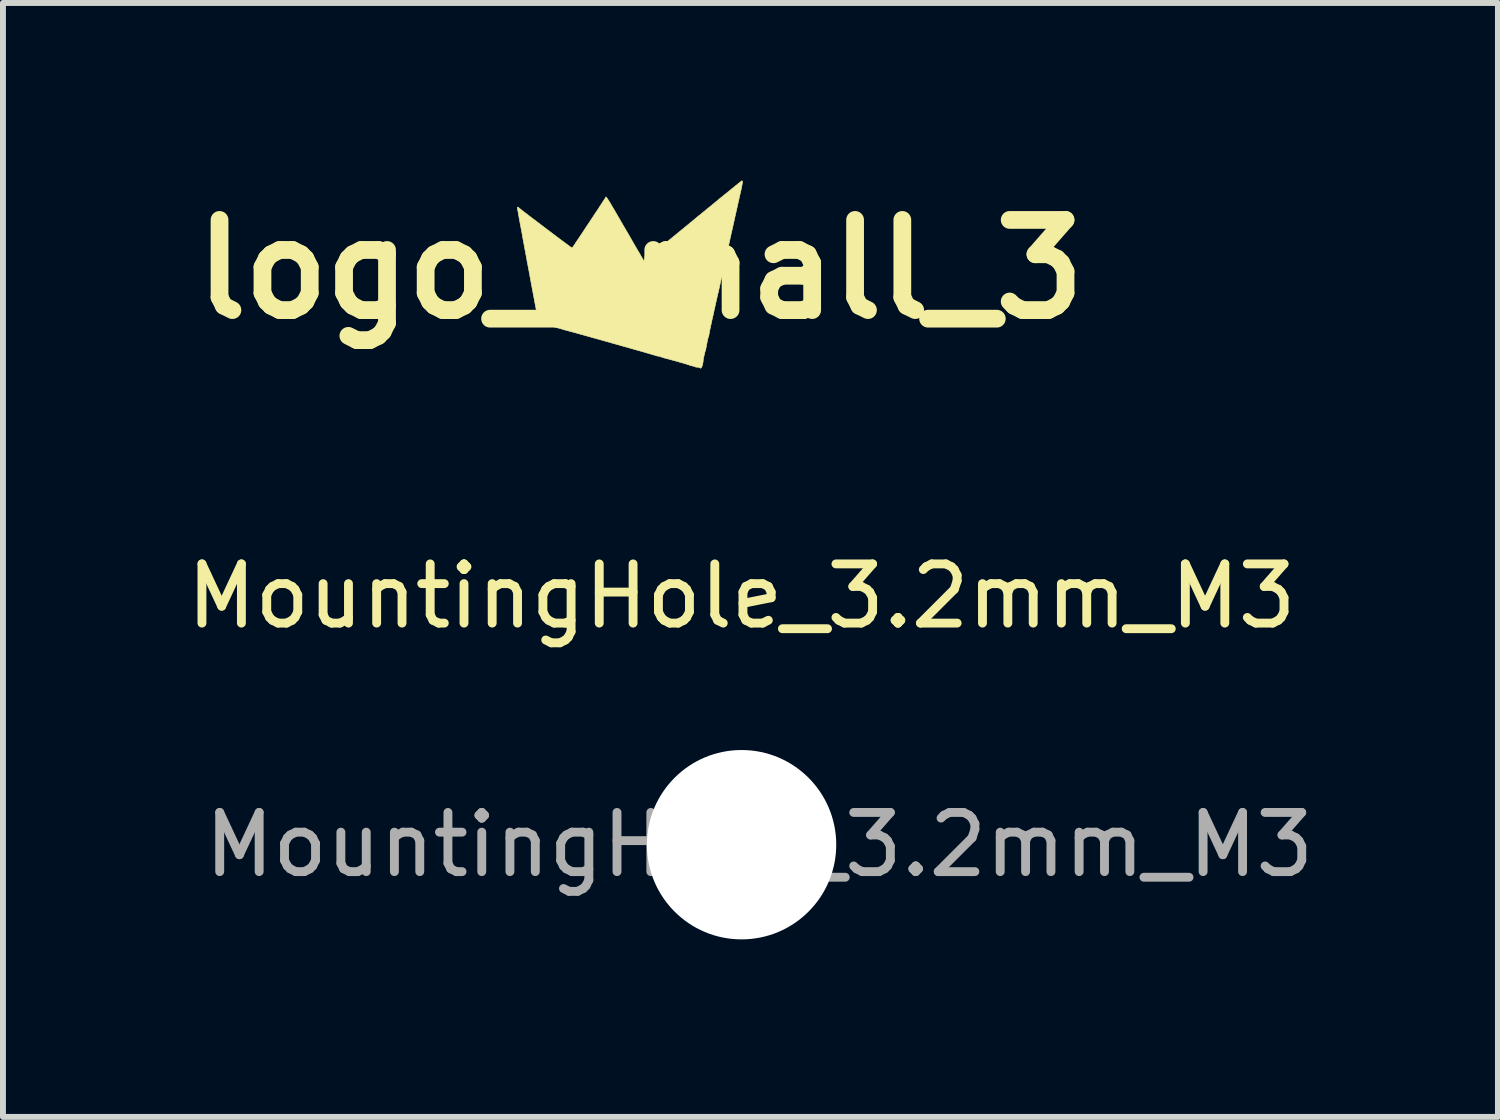
<source format=kicad_pcb>
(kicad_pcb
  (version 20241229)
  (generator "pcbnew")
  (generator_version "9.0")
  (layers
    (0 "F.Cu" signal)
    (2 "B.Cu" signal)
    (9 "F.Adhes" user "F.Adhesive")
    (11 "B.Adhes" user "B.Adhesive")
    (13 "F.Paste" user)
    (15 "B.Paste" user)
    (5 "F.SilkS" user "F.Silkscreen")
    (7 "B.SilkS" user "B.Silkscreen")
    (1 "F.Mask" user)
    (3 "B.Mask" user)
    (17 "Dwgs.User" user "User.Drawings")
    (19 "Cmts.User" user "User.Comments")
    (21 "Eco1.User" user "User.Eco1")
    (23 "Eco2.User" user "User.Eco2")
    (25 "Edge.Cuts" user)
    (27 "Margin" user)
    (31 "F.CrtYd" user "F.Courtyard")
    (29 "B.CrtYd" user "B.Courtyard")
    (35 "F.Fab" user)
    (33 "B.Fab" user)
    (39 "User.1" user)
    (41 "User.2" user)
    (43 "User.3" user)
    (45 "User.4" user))
  (footprint "logo_small_3"
    (layer "F.Cu")
    (at 7.772 1.501)
    (property "Reference" "logo_small_3" (at 0 0 0) (layer "F.SilkS") (effects (font (size 1.524 1.524) (thickness 0.3))))
    (attr through_hole)
    (fp_poly (pts (xy 1.723 -1.492) (xy 1.726 -1.481) (xy 1.725 -1.47) (xy 1.722 -1.451) (xy 1.718 -1.427) (xy 1.713 -1.399) (xy 1.707 -1.369) (xy 1.701 -1.34) (xy 1.695 -1.314) (xy 1.694 -1.311) (xy 1.692 -1.301) (xy 1.687 -1.282) (xy 1.681 -1.254) (xy 1.673 -1.219) (xy 1.664 -1.177) (xy 1.653 -1.129) (xy 1.641 -1.075) (xy 1.628 -1.017) (xy 1.614 -0.954) (xy 1.599 -0.888) (xy 1.584 -0.819) (xy 1.568 -0.748) (xy 1.552 -0.676) (xy 1.535 -0.603) (xy 1.519 -0.53) (xy 1.503 -0.458) (xy 1.488 -0.387) (xy 1.472 -0.318) (xy 1.458 -0.253) (xy 1.444 -0.191) (xy 1.431 -0.133) (xy 1.42 -0.08) (xy 1.409 -0.033) (xy 1.4 0.008) (xy 1.393 0.042) (xy 1.387 0.068) (xy 1.383 0.085) (xy 1.382 0.094) (xy 1.382 0.094) (xy 1.378 0.114) (xy 1.373 0.137) (xy 1.37 0.15) (xy 1.365 0.171) (xy 1.358 0.199) (xy 1.351 0.23) (xy 1.344 0.263) (xy 1.337 0.295) (xy 1.331 0.322) (xy 1.326 0.344) (xy 1.325 0.351) (xy 1.321 0.369) (xy 1.317 0.385) (xy 1.315 0.391) (xy 1.313 0.399) (xy 1.309 0.415) (xy 1.304 0.439) (xy 1.297 0.47) (xy 1.288 0.507) (xy 1.279 0.549) (xy 1.269 0.594) (xy 1.258 0.643) (xy 1.257 0.648) (xy 1.246 0.697) (xy 1.236 0.745) (xy 1.226 0.789) (xy 1.217 0.829) (xy 1.209 0.863) (xy 1.203 0.891) (xy 1.199 0.911) (xy 1.196 0.923) (xy 1.196 0.923) (xy 1.191 0.946) (xy 1.185 0.972) (xy 1.179 1.002) (xy 1.173 1.031) (xy 1.167 1.059) (xy 1.163 1.083) (xy 1.16 1.102) (xy 1.158 1.113) (xy 1.158 1.114) (xy 1.156 1.125) (xy 1.154 1.131) (xy 1.15 1.139) (xy 1.145 1.156) (xy 1.139 1.181) (xy 1.131 1.214) (xy 1.124 1.253) (xy 1.115 1.297) (xy 1.107 1.343) (xy 1.104 1.36) (xy 1.1 1.375) (xy 1.097 1.381) (xy 1.093 1.391) (xy 1.089 1.406) (xy 1.088 1.412) (xy 1.084 1.428) (xy 1.079 1.45) (xy 1.074 1.473) (xy 1.072 1.478) (xy 1.068 1.5) (xy 1.064 1.52) (xy 1.062 1.535) (xy 1.062 1.538) (xy 1.061 1.553) (xy 1.058 1.573) (xy 1.054 1.595) (xy 1.049 1.616) (xy 1.044 1.634) (xy 1.04 1.645) (xy 1.039 1.646) (xy 1.032 1.657) (xy 1.03 1.662) (xy 1.023 1.67) (xy 1.012 1.67) (xy 1.008 1.667) (xy 0.998 1.662) (xy 0.984 1.657) (xy 0.968 1.654) (xy 0.956 1.653) (xy 0.953 1.654) (xy 0.943 1.654) (xy 0.93 1.65) (xy 0.926 1.648) (xy 0.91 1.642) (xy 0.89 1.636) (xy 0.876 1.633) (xy 0.853 1.627) (xy 0.829 1.62) (xy 0.818 1.615) (xy 0.806 1.611) (xy 0.786 1.605) (xy 0.76 1.597) (xy 0.727 1.587) (xy 0.691 1.577) (xy 0.652 1.566) (xy 0.612 1.554) (xy 0.572 1.543) (xy 0.534 1.533) (xy 0.499 1.523) (xy 0.469 1.515) (xy 0.447 1.51) (xy 0.42 1.503) (xy 0.39 1.494) (xy 0.363 1.485) (xy 0.361 1.484) (xy 0.337 1.477) (xy 0.313 1.47) (xy 0.293 1.466) (xy 0.29 1.466) (xy 0.272 1.462) (xy 0.257 1.458) (xy 0.252 1.455) (xy 0.246 1.453) (xy 0.231 1.449) (xy 0.207 1.442) (xy 0.176 1.433) (xy 0.138 1.422) (xy 0.093 1.409) (xy 0.042 1.394) (xy -0.014 1.378) (xy -0.075 1.361) (xy -0.139 1.343) (xy -0.207 1.323) (xy -0.277 1.304) (xy -0.349 1.283) (xy -0.422 1.263) (xy -0.496 1.242) (xy -0.57 1.221) (xy -0.643 1.2) (xy -0.715 1.18) (xy -0.785 1.161) (xy -0.852 1.142) (xy -0.916 1.124) (xy -0.976 1.107) (xy -1.031 1.092) (xy -1.081 1.078) (xy -1.124 1.066) (xy -1.162 1.056) (xy -1.192 1.048) (xy -1.214 1.042) (xy -1.227 1.038) (xy -1.229 1.038) (xy -1.249 1.033) (xy -1.267 1.028) (xy -1.278 1.025) (xy -1.288 1.022) (xy -1.307 1.016) (xy -1.334 1.008) (xy -1.369 0.998) (xy -1.411 0.986) (xy -1.459 0.972) (xy -1.512 0.957) (xy -1.57 0.94) (xy -1.623 0.925) (xy -1.657 0.916) (xy -1.682 0.908) (xy -1.7 0.902) (xy -1.712 0.898) (xy -1.719 0.894) (xy -1.723 0.89) (xy -1.724 0.886) (xy -1.724 0.884) (xy -1.724 0.872) (xy -1.727 0.855) (xy -1.73 0.838) (xy -1.733 0.822) (xy -1.738 0.797) (xy -1.745 0.764) (xy -1.752 0.724) (xy -1.761 0.677) (xy -1.772 0.623) (xy -1.783 0.564) (xy -1.795 0.499) (xy -1.808 0.43) (xy -1.822 0.357) (xy -1.836 0.281) (xy -1.851 0.201) (xy -1.866 0.12) (xy -1.881 0.037) (xy -1.897 -0.047) (xy -1.913 -0.131) (xy -1.928 -0.215) (xy -1.944 -0.298) (xy -1.959 -0.38) (xy -1.974 -0.46) (xy -1.988 -0.537) (xy -2.001 -0.611) (xy -2.014 -0.681) (xy -2.027 -0.747) (xy -2.038 -0.808) (xy -2.048 -0.863) (xy -2.057 -0.913) (xy -2.064 -0.955) (xy -2.071 -0.99) (xy -2.076 -1.017) (xy -2.079 -1.036) (xy -2.08 -1.045) (xy -2.08 -1.046) (xy -2.073 -1.051) (xy -2.063 -1.048) (xy -2.057 -1.042) (xy -2.051 -1.037) (xy -2.039 -1.027) (xy -2.019 -1.011) (xy -1.994 -0.991) (xy -1.963 -0.967) (xy -1.927 -0.94) (xy -1.887 -0.909) (xy -1.843 -0.875) (xy -1.796 -0.84) (xy -1.747 -0.803) (xy -1.696 -0.764) (xy -1.644 -0.725) (xy -1.592 -0.685) (xy -1.54 -0.646) (xy -1.488 -0.607) (xy -1.438 -0.569) (xy -1.39 -0.533) (xy -1.345 -0.499) (xy -1.303 -0.468) (xy -1.265 -0.44) (xy -1.231 -0.415) (xy -1.203 -0.394) (xy -1.18 -0.377) (xy -1.164 -0.366) (xy -1.155 -0.36) (xy -1.153 -0.359) (xy -1.149 -0.365) (xy -1.148 -0.366) (xy -1.116 -0.366) (xy -1.116 -0.366) (xy -1.111 -0.369) (xy -1.11 -0.371) (xy -1.109 -0.376) (xy -1.109 -0.376) (xy -1.114 -0.372) (xy -1.115 -0.371) (xy -1.116 -0.366) (xy -1.148 -0.366) (xy -1.14 -0.378) (xy -1.126 -0.399) (xy -1.107 -0.426) (xy -1.086 -0.458) (xy -1.055 -0.458) (xy -1.055 -0.457) (xy -1.05 -0.461) (xy -1.049 -0.462) (xy -1.048 -0.467) (xy -1.048 -0.467) (xy -1.053 -0.464) (xy -1.054 -0.462) (xy -1.055 -0.458) (xy -1.086 -0.458) (xy -1.086 -0.458) (xy -1.066 -0.488) (xy -1.035 -0.488) (xy -1.034 -0.488) (xy -1.03 -0.491) (xy -1.029 -0.493) (xy -1.027 -0.498) (xy -1.028 -0.498) (xy -1.033 -0.494) (xy -1.034 -0.493) (xy -1.035 -0.488) (xy -1.066 -0.488) (xy -1.061 -0.496) (xy -1.054 -0.505) (xy -1.026 -0.505) (xy -1.024 -0.503) (xy -1.021 -0.505) (xy -1.024 -0.508) (xy -1.026 -0.505) (xy -1.054 -0.505) (xy -1.033 -0.537) (xy -1.024 -0.551) (xy -0.996 -0.551) (xy -0.993 -0.549) (xy -0.991 -0.551) (xy -0.993 -0.554) (xy -0.996 -0.551) (xy -1.024 -0.551) (xy -1.003 -0.582) (xy -0.971 -0.63) (xy -0.938 -0.68) (xy -0.904 -0.732) (xy -0.869 -0.784) (xy -0.835 -0.836) (xy -0.801 -0.887) (xy -0.768 -0.937) (xy -0.736 -0.985) (xy -0.706 -1.031) (xy -0.679 -1.073) (xy -0.654 -1.11) (xy -0.633 -1.143) (xy -0.615 -1.17) (xy -0.601 -1.191) (xy -0.592 -1.205) (xy -0.589 -1.212) (xy -0.588 -1.212) (xy -0.587 -1.217) (xy -0.586 -1.22) (xy -0.584 -1.222) (xy -0.581 -1.221) (xy -0.577 -1.218) (xy -0.571 -1.212) (xy -0.564 -1.203) (xy -0.555 -1.19) (xy -0.543 -1.172) (xy -0.529 -1.15) (xy -0.512 -1.123) (xy -0.493 -1.09) (xy -0.47 -1.051) (xy -0.443 -1.006) (xy -0.413 -0.954) (xy -0.379 -0.895) (xy -0.34 -0.829) (xy -0.297 -0.754) (xy -0.256 -0.684) (xy -0.216 -0.616) (xy -0.178 -0.55) (xy -0.142 -0.487) (xy -0.108 -0.428) (xy -0.076 -0.373) (xy -0.047 -0.323) (xy -0.02 -0.278) (xy 0.003 -0.238) (xy 0.022 -0.205) (xy 0.038 -0.178) (xy 0.049 -0.159) (xy 0.056 -0.147) (xy 0.058 -0.144) (xy 0.062 -0.147) (xy 0.073 -0.156) (xy 0.092 -0.171) (xy 0.118 -0.191) (xy 0.149 -0.217) (xy 0.187 -0.248) (xy 0.231 -0.283) (xy 0.279 -0.323) (xy 0.333 -0.367) (xy 0.391 -0.415) (xy 0.454 -0.466) (xy 0.52 -0.521) (xy 0.59 -0.578) (xy 0.663 -0.638) (xy 0.739 -0.7) (xy 0.817 -0.764) (xy 0.884 -0.819) (xy 0.963 -0.885) (xy 1.041 -0.948) (xy 1.117 -1.01) (xy 1.19 -1.07) (xy 1.259 -1.127) (xy 1.325 -1.181) (xy 1.387 -1.232) (xy 1.445 -1.279) (xy 1.499 -1.322) (xy 1.547 -1.362) (xy 1.59 -1.396) (xy 1.628 -1.427) (xy 1.655 -1.448) (xy 1.693 -1.448) (xy 1.694 -1.448) (xy 1.698 -1.451) (xy 1.699 -1.453) (xy 1.701 -1.458) (xy 1.7 -1.458) (xy 1.695 -1.454) (xy 1.694 -1.453) (xy 1.693 -1.448) (xy 1.655 -1.448) (xy 1.659 -1.452) (xy 1.684 -1.471) (xy 1.702 -1.486) (xy 1.713 -1.494) (xy 1.716 -1.496) (xy 1.723 -1.492)) (stroke (width 0.01) (type solid)) (fill yes) (layer "F.SilkS")))
  (footprint "MountingHole_3.2mm_M3"
    (layer "F.Cu")
    (at 9.482 11.225)
    (property "Reference" "MountingHole_3.2mm_M3" (at 0 -4.2 0) (layer "F.SilkS") (effects (font (size 1 1) (thickness 0.15))))
    (attr exclude_from_pos_files exclude_from_bom)
    (fp_text user "${REFERENCE}" (at 0.3 0 0) (layer "F.Fab") (effects (font (size 1 1) (thickness 0.15))))
    (pad "" np_thru_hole circle (at 0 0) (size 3.2 3.2) (drill 3.2) (layers "*.Cu" "*.Mask")))
  (gr_rect
    (start -3 -3)
    (end 22.264 15.825)
    (stroke (width 0.1) (type default))
    (fill no)
    (layer "Edge.Cuts")))
</source>
